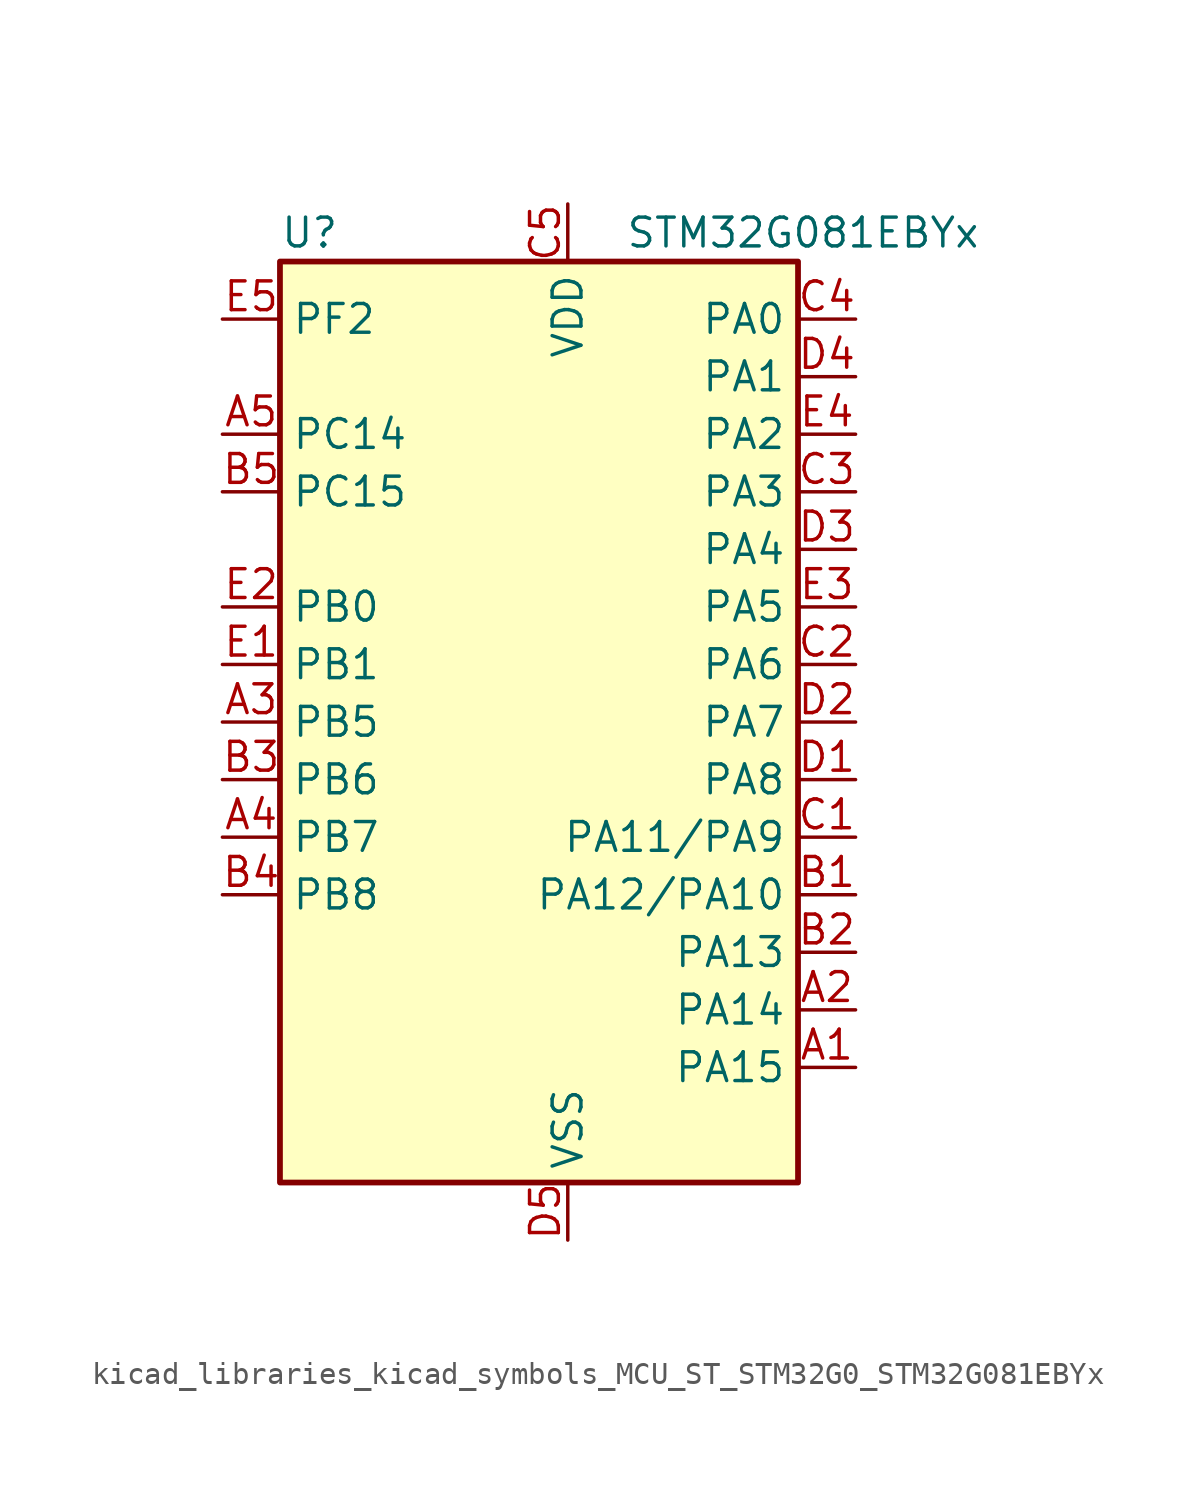
<source format=kicad_sym>
(kicad_symbol_lib
  (version 20220914)
  (generator kicad_symbol_editor)
  (symbol "kicad_libraries_kicad_symbols_MCU_ST_STM32G0_STM32G081EBYx"
    (property "Reference" "U"
      (at -10.16 21.59 0)
      (effects (font (size 1.27 1.27)) (justify left)))
    (property "Value" "STM32G081EBYx"
      (at 5.08 21.59 0)
      (effects (font (size 1.27 1.27)) (justify left)))
    (property "ki_locked" ""
      (at 0 0 0)
      (effects (font (size 1.27 1.27))))
    (symbol "kicad_libraries_kicad_symbols_MCU_ST_STM32G0_STM32G081EBYx_0_1"
      (rectangle (start -10.16 -20.32) (end 12.7 20.32) (stroke (width 0.254) (type default)) (fill (type background))))
    (symbol "kicad_libraries_kicad_symbols_MCU_ST_STM32G0_STM32G081EBYx_1_1"
      (pin bidirectional line (at 15.24 -15.24 180) (length 2.54) (name "PA15" (effects (font (size 1.27 1.27)))) (number "A1" (effects (font (size 1.27 1.27)))) (alternate "I2S1_WS" bidirectional line) (alternate "SPI1_NSS" bidirectional line) (alternate "TIM2_CH1" bidirectional line) (alternate "TIM2_ETR" bidirectional line) (alternate "USART2_RX" bidirectional line) (alternate "USART3_CK" bidirectional line) (alternate "USART3_DE" bidirectional line) (alternate "USART3_RTS" bidirectional line) (alternate "USART4_CK" bidirectional line) (alternate "USART4_DE" bidirectional line) (alternate "USART4_RTS" bidirectional line))
      (pin bidirectional line (at 15.24 -12.7 180) (length 2.54) (name "PA14" (effects (font (size 1.27 1.27)))) (number "A2" (effects (font (size 1.27 1.27)))) (alternate "SYS_SWCLK" bidirectional line) (alternate "USART2_TX" bidirectional line))
      (pin bidirectional line (at -12.7 0 0) (length 2.54) (name "PB5" (effects (font (size 1.27 1.27)))) (number "A3" (effects (font (size 1.27 1.27)))) (alternate "COMP2_OUT" bidirectional line) (alternate "I2C1_SMBA" bidirectional line) (alternate "I2S1_SD" bidirectional line) (alternate "LPTIM1_IN1" bidirectional line) (alternate "SPI1_MOSI" bidirectional line) (alternate "SYS_WKUP6" bidirectional line) (alternate "TIM16_BK" bidirectional line) (alternate "TIM3_CH2" bidirectional line))
      (pin bidirectional line (at -12.7 -5.08 0) (length 2.54) (name "PB7" (effects (font (size 1.27 1.27)))) (number "A4" (effects (font (size 1.27 1.27)))) (alternate "COMP2_INM" bidirectional line) (alternate "I2C1_SDA" bidirectional line) (alternate "LPTIM1_IN2" bidirectional line) (alternate "SPI2_MOSI" bidirectional line) (alternate "SYS_PVD_IN" bidirectional line) (alternate "TIM17_CH1N" bidirectional line) (alternate "USART1_RX" bidirectional line) (alternate "USART4_CTS" bidirectional line) (alternate "USART4_NSS" bidirectional line))
      (pin bidirectional line (at -12.7 12.7 0) (length 2.54) (name "PC14" (effects (font (size 1.27 1.27)))) (number "A5" (effects (font (size 1.27 1.27)))) (alternate "RCC_OSC32_IN" bidirectional line) (alternate "RCC_OSC_IN" bidirectional line) (alternate "TIM1_BK2" bidirectional line))
      (pin bidirectional line (at 15.24 -7.62 180) (length 2.54) (name "PA12/PA10" (effects (font (size 1.27 1.27)))) (number "B1" (effects (font (size 1.27 1.27)))) (alternate "COMP2_OUT" bidirectional line) (alternate "I2C2_SDA" bidirectional line) (alternate "I2S1_SD" bidirectional line) (alternate "I2S_CKIN" bidirectional line) (alternate "SPI1_MOSI" bidirectional line) (alternate "TIM1_ETR" bidirectional line) (alternate "USART1_CK" bidirectional line) (alternate "USART1_DE" bidirectional line) (alternate "USART1_RTS" bidirectional line))
      (pin bidirectional line (at 15.24 -10.16 180) (length 2.54) (name "PA13" (effects (font (size 1.27 1.27)))) (number "B2" (effects (font (size 1.27 1.27)))) (alternate "IR_OUT" bidirectional line) (alternate "SYS_SWDIO" bidirectional line))
      (pin bidirectional line (at -12.7 -2.54 0) (length 2.54) (name "PB6" (effects (font (size 1.27 1.27)))) (number "B3" (effects (font (size 1.27 1.27)))) (alternate "COMP2_INP" bidirectional line) (alternate "I2C1_SCL" bidirectional line) (alternate "LPTIM1_ETR" bidirectional line) (alternate "SPI2_MISO" bidirectional line) (alternate "TIM16_CH1N" bidirectional line) (alternate "TIM1_CH3" bidirectional line) (alternate "USART1_TX" bidirectional line))
      (pin bidirectional line (at -12.7 -7.62 0) (length 2.54) (name "PB8" (effects (font (size 1.27 1.27)))) (number "B4" (effects (font (size 1.27 1.27)))) (alternate "CEC" bidirectional line) (alternate "I2C1_SCL" bidirectional line) (alternate "SPI2_SCK" bidirectional line) (alternate "TIM15_BK" bidirectional line) (alternate "TIM16_CH1" bidirectional line) (alternate "USART3_TX" bidirectional line))
      (pin bidirectional line (at -12.7 10.16 0) (length 2.54) (name "PC15" (effects (font (size 1.27 1.27)))) (number "B5" (effects (font (size 1.27 1.27)))) (alternate "RCC_OSC32_EN" bidirectional line) (alternate "RCC_OSC32_OUT" bidirectional line) (alternate "RCC_OSC_EN" bidirectional line) (alternate "TIM15_BK" bidirectional line))
      (pin bidirectional line (at 15.24 -5.08 180) (length 2.54) (name "PA11/PA9" (effects (font (size 1.27 1.27)))) (number "C1" (effects (font (size 1.27 1.27)))) (alternate "ADC1_EXTI11" bidirectional line) (alternate "COMP1_OUT" bidirectional line) (alternate "I2C2_SCL" bidirectional line) (alternate "I2S1_MCK" bidirectional line) (alternate "SPI1_MISO" bidirectional line) (alternate "TIM1_BK2" bidirectional line) (alternate "TIM1_CH4" bidirectional line) (alternate "USART1_CTS" bidirectional line) (alternate "USART1_NSS" bidirectional line))
      (pin bidirectional line (at 15.24 2.54 180) (length 2.54) (name "PA6" (effects (font (size 1.27 1.27)))) (number "C2" (effects (font (size 1.27 1.27)))) (alternate "ADC1_IN6" bidirectional line) (alternate "COMP1_OUT" bidirectional line) (alternate "I2S1_MCK" bidirectional line) (alternate "LPUART1_CTS" bidirectional line) (alternate "SPI1_MISO" bidirectional line) (alternate "TIM16_CH1" bidirectional line) (alternate "TIM1_BK" bidirectional line) (alternate "TIM3_CH1" bidirectional line) (alternate "USART3_CTS" bidirectional line) (alternate "USART3_NSS" bidirectional line))
      (pin bidirectional line (at 15.24 10.16 180) (length 2.54) (name "PA3" (effects (font (size 1.27 1.27)))) (number "C3" (effects (font (size 1.27 1.27)))) (alternate "ADC1_IN3" bidirectional line) (alternate "COMP2_INP" bidirectional line) (alternate "LPUART1_RX" bidirectional line) (alternate "SPI2_MISO" bidirectional line) (alternate "TIM15_CH2" bidirectional line) (alternate "TIM2_CH4" bidirectional line) (alternate "USART2_RX" bidirectional line))
      (pin bidirectional line (at 15.24 17.78 180) (length 2.54) (name "PA0" (effects (font (size 1.27 1.27)))) (number "C4" (effects (font (size 1.27 1.27)))) (alternate "ADC1_IN0" bidirectional line) (alternate "COMP1_INM" bidirectional line) (alternate "COMP1_OUT" bidirectional line) (alternate "LPTIM1_OUT" bidirectional line) (alternate "RTC_TAMP_IN2" bidirectional line) (alternate "SPI2_SCK" bidirectional line) (alternate "SYS_WKUP1" bidirectional line) (alternate "TIM2_CH1" bidirectional line) (alternate "TIM2_ETR" bidirectional line) (alternate "USART2_CTS" bidirectional line) (alternate "USART2_NSS" bidirectional line) (alternate "USART4_TX" bidirectional line))
      (pin power_in line (at 2.54 22.86 270) (length 2.54) (name "VDD" (effects (font (size 1.27 1.27)))) (number "C5" (effects (font (size 1.27 1.27)))))
      (pin bidirectional line (at 15.24 -2.54 180) (length 2.54) (name "PA8" (effects (font (size 1.27 1.27)))) (number "D1" (effects (font (size 1.27 1.27)))) (alternate "LPTIM2_OUT" bidirectional line) (alternate "RCC_MCO" bidirectional line) (alternate "SPI2_NSS" bidirectional line) (alternate "TIM1_CH1" bidirectional line) (alternate "UCPD1_CC1" bidirectional line))
      (pin bidirectional line (at 15.24 0 180) (length 2.54) (name "PA7" (effects (font (size 1.27 1.27)))) (number "D2" (effects (font (size 1.27 1.27)))) (alternate "ADC1_IN7" bidirectional line) (alternate "COMP2_OUT" bidirectional line) (alternate "I2S1_SD" bidirectional line) (alternate "SPI1_MOSI" bidirectional line) (alternate "TIM14_CH1" bidirectional line) (alternate "TIM17_CH1" bidirectional line) (alternate "TIM1_CH1N" bidirectional line) (alternate "TIM3_CH2" bidirectional line) (alternate "UCPD1_FRSTX1" bidirectional line) (alternate "UCPD1_FRSTX2" bidirectional line))
      (pin bidirectional line (at 15.24 7.62 180) (length 2.54) (name "PA4" (effects (font (size 1.27 1.27)))) (number "D3" (effects (font (size 1.27 1.27)))) (alternate "ADC1_IN4" bidirectional line) (alternate "DAC1_OUT1" bidirectional line) (alternate "I2S1_WS" bidirectional line) (alternate "LPTIM2_OUT" bidirectional line) (alternate "RTC_OUT_ALARM" bidirectional line) (alternate "RTC_OUT_CALIB" bidirectional line) (alternate "RTC_TAMP_IN1" bidirectional line) (alternate "RTC_TS" bidirectional line) (alternate "SPI1_NSS" bidirectional line) (alternate "SPI2_MOSI" bidirectional line) (alternate "SYS_WKUP2" bidirectional line) (alternate "TIM14_CH1" bidirectional line))
      (pin bidirectional line (at 15.24 15.24 180) (length 2.54) (name "PA1" (effects (font (size 1.27 1.27)))) (number "D4" (effects (font (size 1.27 1.27)))) (alternate "ADC1_IN1" bidirectional line) (alternate "COMP1_INP" bidirectional line) (alternate "I2C1_SMBA" bidirectional line) (alternate "I2S1_CK" bidirectional line) (alternate "SPI1_SCK" bidirectional line) (alternate "TIM15_CH1N" bidirectional line) (alternate "TIM2_CH2" bidirectional line) (alternate "USART2_CK" bidirectional line) (alternate "USART2_DE" bidirectional line) (alternate "USART2_RTS" bidirectional line) (alternate "USART4_RX" bidirectional line))
      (pin power_in line (at 2.54 -22.86 90) (length 2.54) (name "VSS" (effects (font (size 1.27 1.27)))) (number "D5" (effects (font (size 1.27 1.27)))))
      (pin bidirectional line (at -12.7 2.54 0) (length 2.54) (name "PB1" (effects (font (size 1.27 1.27)))) (number "E1" (effects (font (size 1.27 1.27)))) (alternate "ADC1_IN9" bidirectional line) (alternate "COMP1_INM" bidirectional line) (alternate "LPTIM2_IN1" bidirectional line) (alternate "LPUART1_DE" bidirectional line) (alternate "LPUART1_RTS" bidirectional line) (alternate "TIM14_CH1" bidirectional line) (alternate "TIM1_CH3N" bidirectional line) (alternate "TIM3_CH4" bidirectional line) (alternate "USART3_CK" bidirectional line) (alternate "USART3_DE" bidirectional line) (alternate "USART3_RTS" bidirectional line))
      (pin bidirectional line (at -12.7 5.08 0) (length 2.54) (name "PB0" (effects (font (size 1.27 1.27)))) (number "E2" (effects (font (size 1.27 1.27)))) (alternate "ADC1_IN8" bidirectional line) (alternate "COMP1_OUT" bidirectional line) (alternate "I2S1_WS" bidirectional line) (alternate "LPTIM1_OUT" bidirectional line) (alternate "SPI1_NSS" bidirectional line) (alternate "TIM1_CH2N" bidirectional line) (alternate "TIM3_CH3" bidirectional line) (alternate "UCPD1_FRSTX1" bidirectional line) (alternate "UCPD1_FRSTX2" bidirectional line) (alternate "USART3_RX" bidirectional line))
      (pin bidirectional line (at 15.24 5.08 180) (length 2.54) (name "PA5" (effects (font (size 1.27 1.27)))) (number "E3" (effects (font (size 1.27 1.27)))) (alternate "ADC1_IN5" bidirectional line) (alternate "CEC" bidirectional line) (alternate "DAC1_OUT2" bidirectional line) (alternate "I2S1_CK" bidirectional line) (alternate "LPTIM2_ETR" bidirectional line) (alternate "SPI1_SCK" bidirectional line) (alternate "TIM2_CH1" bidirectional line) (alternate "TIM2_ETR" bidirectional line) (alternate "UCPD1_FRSTX1" bidirectional line) (alternate "UCPD1_FRSTX2" bidirectional line) (alternate "USART3_TX" bidirectional line))
      (pin bidirectional line (at 15.24 12.7 180) (length 2.54) (name "PA2" (effects (font (size 1.27 1.27)))) (number "E4" (effects (font (size 1.27 1.27)))) (alternate "ADC1_IN2" bidirectional line) (alternate "COMP2_INM" bidirectional line) (alternate "COMP2_OUT" bidirectional line) (alternate "I2S1_SD" bidirectional line) (alternate "LPUART1_TX" bidirectional line) (alternate "RCC_LSCO" bidirectional line) (alternate "SPI1_MOSI" bidirectional line) (alternate "SYS_WKUP4" bidirectional line) (alternate "TIM15_CH1" bidirectional line) (alternate "TIM2_CH3" bidirectional line) (alternate "UCPD1_FRSTX1" bidirectional line) (alternate "UCPD1_FRSTX2" bidirectional line) (alternate "USART2_TX" bidirectional line))
      (pin bidirectional line (at -12.7 17.78 0) (length 2.54) (name "PF2" (effects (font (size 1.27 1.27)))) (number "E5" (effects (font (size 1.27 1.27)))) (alternate "RCC_MCO" bidirectional line)))))
</source>
